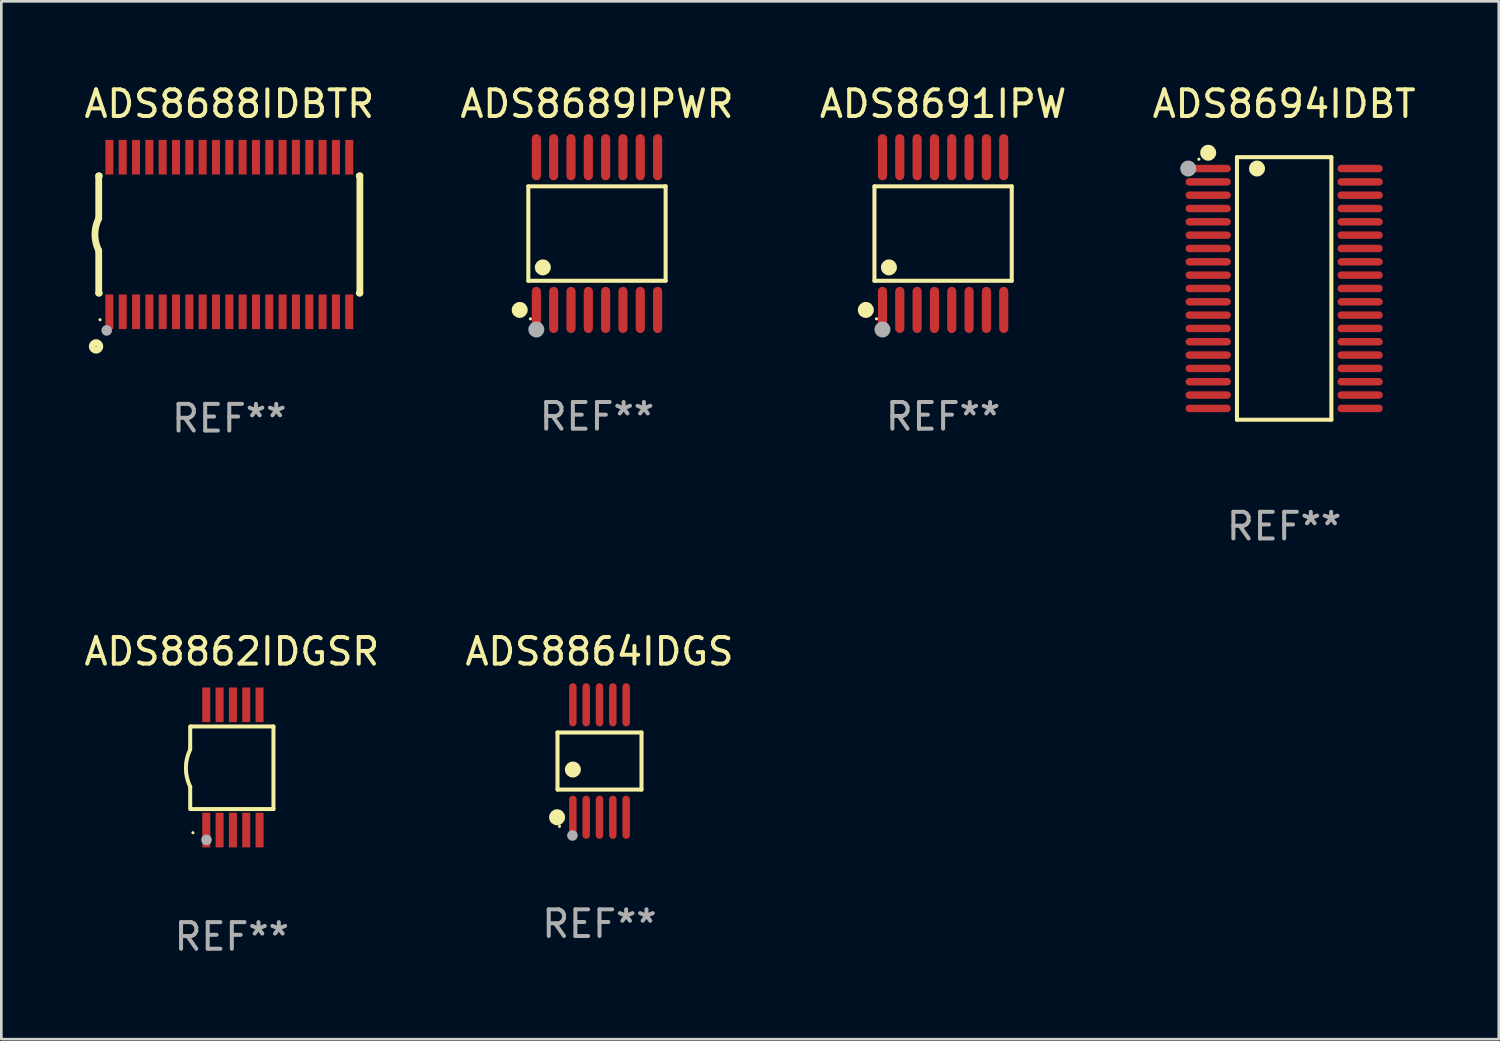
<source format=kicad_pcb>
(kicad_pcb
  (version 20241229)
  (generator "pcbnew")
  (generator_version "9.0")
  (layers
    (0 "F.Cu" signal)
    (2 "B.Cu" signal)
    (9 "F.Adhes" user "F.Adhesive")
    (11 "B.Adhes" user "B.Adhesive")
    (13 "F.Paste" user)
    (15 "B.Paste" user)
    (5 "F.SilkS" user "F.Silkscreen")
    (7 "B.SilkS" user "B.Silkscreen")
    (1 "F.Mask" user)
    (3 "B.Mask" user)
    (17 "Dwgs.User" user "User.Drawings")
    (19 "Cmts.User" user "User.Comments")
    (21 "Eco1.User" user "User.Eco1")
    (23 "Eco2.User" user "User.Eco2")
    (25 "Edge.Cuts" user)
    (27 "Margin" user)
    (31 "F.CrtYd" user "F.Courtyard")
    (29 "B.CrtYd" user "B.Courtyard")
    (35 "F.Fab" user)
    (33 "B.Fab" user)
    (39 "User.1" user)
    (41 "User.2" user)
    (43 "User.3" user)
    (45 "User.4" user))
  (footprint "ADS8862IDGSR"
    (layer "F.Cu")
    (at 5.649 25.747)
    (property "Reference" "ADS8862IDGSR" (at 0 -4.35 0) (layer "F.SilkS") (effects (font (size 1 1) (thickness 0.15))))
    (attr through_hole)
    (fp_line (start -1.562 -1.537) (end -1.562 -0.698) (stroke (width 0.15) (type solid)) (layer "F.SilkS"))
    (fp_line (start -1.562 0.724) (end -1.562 1.562) (stroke (width 0.15) (type solid)) (layer "F.SilkS"))
    (fp_line (start -1.538 -1.537) (end 1.562 -1.537) (stroke (width 0.15) (type solid)) (layer "F.SilkS"))
    (fp_line (start -1.538 1.562) (end 1.562 1.562) (stroke (width 0.15) (type solid)) (layer "F.SilkS"))
    (fp_line (start 1.562 1.564) (end 1.562 -1.537) (stroke (width 0.15) (type solid)) (layer "F.SilkS"))
    (fp_arc (start -1.562103 0.724079) (mid -1.723579 0.025578) (end -1.562103 -0.672924) (stroke (width 0.150013) (type solid)) (layer "F.SilkS"))
    (fp_circle (center -1.459 2.45) (end -1.429 2.45) (stroke (width 0.06) (type solid)) (fill no) (layer "F.SilkS"))
    (fp_circle (center -0.95 2.718) (end -0.85 2.718) (stroke (width 0.2) (type solid)) (fill no) (layer "F.Fab"))
    (fp_text user "REF**" (at 0 6.35 0) (layer "F.Fab") (effects (font (size 1 1) (thickness 0.15))))
    (pad "1" smd rect (at -0.959 2.35) (size 0.3 1.3) (layers "F.Cu" "F.Mask" "F.Paste"))
    (pad "2" smd rect (at -0.459 2.35) (size 0.3 1.3) (layers "F.Cu" "F.Mask" "F.Paste"))
    (pad "3" smd rect (at 0.04 2.35) (size 0.3 1.3) (layers "F.Cu" "F.Mask" "F.Paste"))
    (pad "4" smd rect (at 0.541 2.35) (size 0.3 1.3) (layers "F.Cu" "F.Mask" "F.Paste"))
    (pad "5" smd rect (at 1.041 2.35) (size 0.3 1.3) (layers "F.Cu" "F.Mask" "F.Paste"))
    (pad "6" smd rect (at 1.04 -2.35) (size 0.3 1.3) (layers "F.Cu" "F.Mask" "F.Paste"))
    (pad "7" smd rect (at 0.541 -2.35) (size 0.3 1.3) (layers "F.Cu" "F.Mask" "F.Paste"))
    (pad "8" smd rect (at 0.041 -2.35) (size 0.3 1.3) (layers "F.Cu" "F.Mask" "F.Paste"))
    (pad "9" smd rect (at -0.459 -2.35) (size 0.3 1.3) (layers "F.Cu" "F.Mask" "F.Paste"))
    (pad "10" smd rect (at -0.96 -2.35) (size 0.3 1.3) (layers "F.Cu" "F.Mask" "F.Paste")))
  (footprint "ADS8689IPWR"
    (layer "F.Cu")
    (at 19.351 5.714)
    (property "Reference" "ADS8689IPWR" (at 0 -4.866 0) (layer "F.SilkS") (effects (font (size 1 1) (thickness 0.15))))
    (attr through_hole)
    (fp_line (start -2.576 -1.772) (end 2.576 -1.772) (stroke (width 0.152) (type solid)) (layer "F.SilkS"))
    (fp_line (start -2.576 1.771) (end -2.576 -1.772) (stroke (width 0.152) (type solid)) (layer "F.SilkS"))
    (fp_line (start 2.576 -1.772) (end 2.576 1.771) (stroke (width 0.152) (type solid)) (layer "F.SilkS"))
    (fp_line (start 2.576 1.771) (end -2.576 1.771) (stroke (width 0.152) (type solid)) (layer "F.SilkS"))
    (fp_circle (center -2.899 2.866) (end -2.749 2.866) (stroke (width 0.3) (type solid)) (fill no) (layer "F.SilkS"))
    (fp_circle (center -2.5 3.2) (end -2.47 3.2) (stroke (width 0.06) (type solid)) (fill no) (layer "F.SilkS"))
    (fp_circle (center -2.032 1.27) (end -1.882 1.27) (stroke (width 0.3) (type solid)) (fill no) (layer "F.SilkS"))
    (fp_circle (center -2.275 3.6) (end -2.125 3.6) (stroke (width 0.3) (type solid)) (fill no) (layer "F.Fab"))
    (fp_text user "REF**" (at 0 6.866 0) (layer "F.Fab") (effects (font (size 1 1) (thickness 0.15))))
    (pad "1" smd oval (at -2.275 2.866) (size 0.343 1.731) (layers "F.Cu" "F.Mask" "F.Paste"))
    (pad "2" smd oval (at -1.625 2.866) (size 0.343 1.731) (layers "F.Cu" "F.Mask" "F.Paste"))
    (pad "3" smd oval (at -0.975 2.866) (size 0.343 1.731) (layers "F.Cu" "F.Mask" "F.Paste"))
    (pad "4" smd oval (at -0.325 2.866) (size 0.343 1.731) (layers "F.Cu" "F.Mask" "F.Paste"))
    (pad "5" smd oval (at 0.325 2.866) (size 0.343 1.731) (layers "F.Cu" "F.Mask" "F.Paste"))
    (pad "6" smd oval (at 0.975 2.866) (size 0.343 1.731) (layers "F.Cu" "F.Mask" "F.Paste"))
    (pad "7" smd oval (at 1.625 2.866) (size 0.343 1.731) (layers "F.Cu" "F.Mask" "F.Paste"))
    (pad "8" smd oval (at 2.275 2.866) (size 0.343 1.731) (layers "F.Cu" "F.Mask" "F.Paste"))
    (pad "9" smd oval (at 2.275 -2.866) (size 0.343 1.731) (layers "F.Cu" "F.Mask" "F.Paste"))
    (pad "10" smd oval (at 1.625 -2.866) (size 0.343 1.731) (layers "F.Cu" "F.Mask" "F.Paste"))
    (pad "11" smd oval (at 0.975 -2.866) (size 0.343 1.731) (layers "F.Cu" "F.Mask" "F.Paste"))
    (pad "12" smd oval (at 0.325 -2.866) (size 0.343 1.731) (layers "F.Cu" "F.Mask" "F.Paste"))
    (pad "13" smd oval (at -0.325 -2.866) (size 0.343 1.731) (layers "F.Cu" "F.Mask" "F.Paste"))
    (pad "14" smd oval (at -0.975 -2.866) (size 0.343 1.731) (layers "F.Cu" "F.Mask" "F.Paste"))
    (pad "15" smd oval (at -1.625 -2.866) (size 0.343 1.731) (layers "F.Cu" "F.Mask" "F.Paste"))
    (pad "16" smd oval (at -2.275 -2.866) (size 0.343 1.731) (layers "F.Cu" "F.Mask" "F.Paste")))
  (footprint "ADS8691IPW"
    (layer "F.Cu")
    (at 32.339 5.714)
    (property "Reference" "ADS8691IPW" (at 0 -4.866 0) (layer "F.SilkS") (effects (font (size 1 1) (thickness 0.15))))
    (attr through_hole)
    (fp_line (start -2.576 -1.772) (end 2.576 -1.772) (stroke (width 0.152) (type solid)) (layer "F.SilkS"))
    (fp_line (start -2.576 1.771) (end -2.576 -1.772) (stroke (width 0.152) (type solid)) (layer "F.SilkS"))
    (fp_line (start 2.576 -1.772) (end 2.576 1.771) (stroke (width 0.152) (type solid)) (layer "F.SilkS"))
    (fp_line (start 2.576 1.771) (end -2.576 1.771) (stroke (width 0.152) (type solid)) (layer "F.SilkS"))
    (fp_circle (center -2.899 2.866) (end -2.749 2.866) (stroke (width 0.3) (type solid)) (fill no) (layer "F.SilkS"))
    (fp_circle (center -2.5 3.2) (end -2.47 3.2) (stroke (width 0.06) (type solid)) (fill no) (layer "F.SilkS"))
    (fp_circle (center -2.032 1.27) (end -1.882 1.27) (stroke (width 0.3) (type solid)) (fill no) (layer "F.SilkS"))
    (fp_circle (center -2.275 3.6) (end -2.125 3.6) (stroke (width 0.3) (type solid)) (fill no) (layer "F.Fab"))
    (fp_text user "REF**" (at 0 6.866 0) (layer "F.Fab") (effects (font (size 1 1) (thickness 0.15))))
    (pad "1" smd oval (at -2.275 2.866) (size 0.343 1.731) (layers "F.Cu" "F.Mask" "F.Paste"))
    (pad "2" smd oval (at -1.625 2.866) (size 0.343 1.731) (layers "F.Cu" "F.Mask" "F.Paste"))
    (pad "3" smd oval (at -0.975 2.866) (size 0.343 1.731) (layers "F.Cu" "F.Mask" "F.Paste"))
    (pad "4" smd oval (at -0.325 2.866) (size 0.343 1.731) (layers "F.Cu" "F.Mask" "F.Paste"))
    (pad "5" smd oval (at 0.325 2.866) (size 0.343 1.731) (layers "F.Cu" "F.Mask" "F.Paste"))
    (pad "6" smd oval (at 0.975 2.866) (size 0.343 1.731) (layers "F.Cu" "F.Mask" "F.Paste"))
    (pad "7" smd oval (at 1.625 2.866) (size 0.343 1.731) (layers "F.Cu" "F.Mask" "F.Paste"))
    (pad "8" smd oval (at 2.275 2.866) (size 0.343 1.731) (layers "F.Cu" "F.Mask" "F.Paste"))
    (pad "9" smd oval (at 2.275 -2.866) (size 0.343 1.731) (layers "F.Cu" "F.Mask" "F.Paste"))
    (pad "10" smd oval (at 1.625 -2.866) (size 0.343 1.731) (layers "F.Cu" "F.Mask" "F.Paste"))
    (pad "11" smd oval (at 0.975 -2.866) (size 0.343 1.731) (layers "F.Cu" "F.Mask" "F.Paste"))
    (pad "12" smd oval (at 0.325 -2.866) (size 0.343 1.731) (layers "F.Cu" "F.Mask" "F.Paste"))
    (pad "13" smd oval (at -0.325 -2.866) (size 0.343 1.731) (layers "F.Cu" "F.Mask" "F.Paste"))
    (pad "14" smd oval (at -0.975 -2.866) (size 0.343 1.731) (layers "F.Cu" "F.Mask" "F.Paste"))
    (pad "15" smd oval (at -1.625 -2.866) (size 0.343 1.731) (layers "F.Cu" "F.Mask" "F.Paste"))
    (pad "16" smd oval (at -2.275 -2.866) (size 0.343 1.731) (layers "F.Cu" "F.Mask" "F.Paste")))
  (footprint "ADS8688IDBTR"
    (layer "F.Cu")
    (at 5.554 5.749)
    (property "Reference" "ADS8688IDBTR" (at 0 -4.901 0) (layer "F.SilkS") (effects (font (size 1 1) (thickness 0.15))))
    (attr through_hole)
    (fp_line (start -4.9 -2.2) (end -4.9 -0.6) (stroke (width 0.254) (type solid)) (layer "F.SilkS"))
    (fp_line (start -4.9 -2.2) (end -4.876 -2.2) (stroke (width 0.254) (type solid)) (layer "F.SilkS"))
    (fp_line (start -4.9 2.2) (end -4.9 0.6) (stroke (width 0.254) (type solid)) (layer "F.SilkS"))
    (fp_line (start -4.9 2.2) (end -4.877 2.2) (stroke (width 0.254) (type solid)) (layer "F.SilkS"))
    (fp_line (start 4.876 -2.2) (end 4.9 -2.2) (stroke (width 0.254) (type solid)) (layer "F.SilkS"))
    (fp_line (start 4.877 2.2) (end 4.9 2.2) (stroke (width 0.254) (type solid)) (layer "F.SilkS"))
    (fp_line (start 4.9 -2.2) (end 4.9 2.2) (stroke (width 0.254) (type solid)) (layer "F.SilkS"))
    (fp_arc (start -4.900051 0.599822) (mid -5.041652 -0.000095) (end -4.9 -0.6) (stroke (width 0.254001) (type solid)) (layer "F.SilkS"))
    (fp_circle (center -5 4.2) (end -4.857 4.2) (stroke (width 0.254) (type solid)) (fill no) (layer "F.SilkS"))
    (fp_circle (center -4.85 3.2) (end -4.82 3.2) (stroke (width 0.06) (type solid)) (fill no) (layer "F.SilkS"))
    (fp_circle (center -4.6 3.6) (end -4.5 3.6) (stroke (width 0.2) (type solid)) (fill no) (layer "F.Fab"))
    (fp_text user "REF**" (at 0 6.901 0) (layer "F.Fab") (effects (font (size 1 1) (thickness 0.15))))
    (pad "1" smd rect (at -4.501 2.899 90) (size 1.3 0.3) (layers "F.Cu" "F.Mask" "F.Paste"))
    (pad "2" smd rect (at -3.999 2.901 90) (size 1.3 0.3) (layers "F.Cu" "F.Mask" "F.Paste"))
    (pad "3" smd rect (at -3.498 2.901 90) (size 1.3 0.3) (layers "F.Cu" "F.Mask" "F.Paste"))
    (pad "4" smd rect (at -2.999 2.901 90) (size 1.3 0.3) (layers "F.Cu" "F.Mask" "F.Paste"))
    (pad "5" smd rect (at -2.499 2.901 90) (size 1.3 0.3) (layers "F.Cu" "F.Mask" "F.Paste"))
    (pad "6" smd rect (at -1.999 2.901 90) (size 1.3 0.3) (layers "F.Cu" "F.Mask" "F.Paste"))
    (pad "7" smd rect (at -1.499 2.901 90) (size 1.3 0.3) (layers "F.Cu" "F.Mask" "F.Paste"))
    (pad "8" smd rect (at -0.999 2.901 90) (size 1.3 0.3) (layers "F.Cu" "F.Mask" "F.Paste"))
    (pad "9" smd rect (at -0.499 2.901 90) (size 1.3 0.3) (layers "F.Cu" "F.Mask" "F.Paste"))
    (pad "10" smd rect (at 0.001 2.901 90) (size 1.3 0.3) (layers "F.Cu" "F.Mask" "F.Paste"))
    (pad "11" smd rect (at 0.501 2.901 90) (size 1.3 0.3) (layers "F.Cu" "F.Mask" "F.Paste"))
    (pad "12" smd rect (at 1.001 2.901 90) (size 1.3 0.3) (layers "F.Cu" "F.Mask" "F.Paste"))
    (pad "13" smd rect (at 1.501 2.901 90) (size 1.3 0.3) (layers "F.Cu" "F.Mask" "F.Paste"))
    (pad "14" smd rect (at 2.001 2.901 90) (size 1.3 0.3) (layers "F.Cu" "F.Mask" "F.Paste"))
    (pad "15" smd rect (at 2.501 2.901 90) (size 1.3 0.3) (layers "F.Cu" "F.Mask" "F.Paste"))
    (pad "16" smd rect (at 3.001 2.901 90) (size 1.3 0.3) (layers "F.Cu" "F.Mask" "F.Paste"))
    (pad "17" smd rect (at 3.501 2.901 90) (size 1.3 0.3) (layers "F.Cu" "F.Mask" "F.Paste"))
    (pad "18" smd rect (at 4.001 2.901 90) (size 1.3 0.3) (layers "F.Cu" "F.Mask" "F.Paste"))
    (pad "19" smd rect (at 4.501 2.901 90) (size 1.3 0.3) (layers "F.Cu" "F.Mask" "F.Paste"))
    (pad "20" smd rect (at 4.501 -2.899 90) (size 1.3 0.3) (layers "F.Cu" "F.Mask" "F.Paste"))
    (pad "21" smd rect (at 4.001 -2.9 90) (size 1.3 0.3) (layers "F.Cu" "F.Mask" "F.Paste"))
    (pad "22" smd rect (at 3.501 -2.899 90) (size 1.3 0.3) (layers "F.Cu" "F.Mask" "F.Paste"))
    (pad "23" smd rect (at 3.002 -2.899 90) (size 1.3 0.3) (layers "F.Cu" "F.Mask" "F.Paste"))
    (pad "24" smd rect (at 2.499 -2.901 90) (size 1.3 0.3) (layers "F.Cu" "F.Mask" "F.Paste"))
    (pad "25" smd rect (at 2 -2.9 90) (size 1.3 0.3) (layers "F.Cu" "F.Mask" "F.Paste"))
    (pad "26" smd rect (at 1.5 -2.9 90) (size 1.3 0.3) (layers "F.Cu" "F.Mask" "F.Paste"))
    (pad "27" smd rect (at 1 -2.9 90) (size 1.3 0.3) (layers "F.Cu" "F.Mask" "F.Paste"))
    (pad "28" smd rect (at 0.5 -2.9 90) (size 1.3 0.3) (layers "F.Cu" "F.Mask" "F.Paste"))
    (pad "29" smd rect (at 0.000127 -2.9 90) (size 1.3 0.3) (layers "F.Cu" "F.Mask" "F.Paste"))
    (pad "30" smd rect (at -0.5 -2.9 90) (size 1.3 0.3) (layers "F.Cu" "F.Mask" "F.Paste"))
    (pad "31" smd rect (at -1 -2.9 90) (size 1.3 0.3) (layers "F.Cu" "F.Mask" "F.Paste"))
    (pad "32" smd rect (at -1.5 -2.9 90) (size 1.3 0.3) (layers "F.Cu" "F.Mask" "F.Paste"))
    (pad "33" smd rect (at -2 -2.9 90) (size 1.3 0.3) (layers "F.Cu" "F.Mask" "F.Paste"))
    (pad "34" smd rect (at -2.5 -2.9 90) (size 1.3 0.3) (layers "F.Cu" "F.Mask" "F.Paste"))
    (pad "35" smd rect (at -3 -2.9 90) (size 1.3 0.3) (layers "F.Cu" "F.Mask" "F.Paste"))
    (pad "36" smd rect (at -3.5 -2.9 90) (size 1.3 0.3) (layers "F.Cu" "F.Mask" "F.Paste"))
    (pad "37" smd rect (at -4 -2.9 90) (size 1.3 0.3) (layers "F.Cu" "F.Mask" "F.Paste"))
    (pad "38" smd rect (at -4.5 -2.9 90) (size 1.3 0.3) (layers "F.Cu" "F.Mask" "F.Paste")))
  (footprint "ADS8694IDBT"
    (layer "F.Cu")
    (at 45.137 7.774)
    (property "Reference" "ADS8694IDBT" (at 0 -6.926 0) (layer "F.SilkS") (effects (font (size 1 1) (thickness 0.15))))
    (attr through_hole)
    (fp_line (start -1.771 -4.926) (end 1.772 -4.926) (stroke (width 0.152) (type solid)) (layer "F.SilkS"))
    (fp_line (start -1.771 4.926) (end -1.771 -4.926) (stroke (width 0.152) (type solid)) (layer "F.SilkS"))
    (fp_line (start 1.772 -4.926) (end 1.772 4.926) (stroke (width 0.152) (type solid)) (layer "F.SilkS"))
    (fp_line (start 1.772 4.926) (end -1.771 4.926) (stroke (width 0.152) (type solid)) (layer "F.SilkS"))
    (fp_circle (center -3.2 -4.85) (end -3.17 -4.85) (stroke (width 0.06) (type solid)) (fill no) (layer "F.SilkS"))
    (fp_circle (center -2.85 -5.092) (end -2.7 -5.092) (stroke (width 0.3) (type solid)) (fill no) (layer "F.SilkS"))
    (fp_circle (center -1.019 -4.5) (end -0.869 -4.5) (stroke (width 0.3) (type solid)) (fill no) (layer "F.SilkS"))
    (fp_circle (center -3.6 -4.5) (end -3.45 -4.5) (stroke (width 0.3) (type solid)) (fill no) (layer "F.Fab"))
    (fp_text user "REF**" (at 0 8.926 0) (layer "F.Fab") (effects (font (size 1 1) (thickness 0.15))))
    (pad "1" smd oval (at -2.85 -4.5 270) (size 0.28 1.7) (layers "F.Cu" "F.Mask" "F.Paste"))
    (pad "2" smd oval (at -2.85 -4 270) (size 0.28 1.7) (layers "F.Cu" "F.Mask" "F.Paste"))
    (pad "3" smd oval (at -2.85 -3.5 270) (size 0.28 1.7) (layers "F.Cu" "F.Mask" "F.Paste"))
    (pad "4" smd oval (at -2.85 -3 270) (size 0.28 1.7) (layers "F.Cu" "F.Mask" "F.Paste"))
    (pad "5" smd oval (at -2.85 -2.5 270) (size 0.28 1.7) (layers "F.Cu" "F.Mask" "F.Paste"))
    (pad "6" smd oval (at -2.85 -2 270) (size 0.28 1.7) (layers "F.Cu" "F.Mask" "F.Paste"))
    (pad "7" smd oval (at -2.85 -1.5 270) (size 0.28 1.7) (layers "F.Cu" "F.Mask" "F.Paste"))
    (pad "8" smd oval (at -2.85 -1 270) (size 0.28 1.7) (layers "F.Cu" "F.Mask" "F.Paste"))
    (pad "9" smd oval (at -2.85 -0.5 270) (size 0.28 1.7) (layers "F.Cu" "F.Mask" "F.Paste"))
    (pad "10" smd oval (at -2.85 0.000051 270) (size 0.28 1.7) (layers "F.Cu" "F.Mask" "F.Paste"))
    (pad "11" smd oval (at -2.85 0.5 270) (size 0.28 1.7) (layers "F.Cu" "F.Mask" "F.Paste"))
    (pad "12" smd oval (at -2.85 1 270) (size 0.28 1.7) (layers "F.Cu" "F.Mask" "F.Paste"))
    (pad "13" smd oval (at -2.85 1.5 270) (size 0.28 1.7) (layers "F.Cu" "F.Mask" "F.Paste"))
    (pad "14" smd oval (at -2.85 2 270) (size 0.28 1.7) (layers "F.Cu" "F.Mask" "F.Paste"))
    (pad "15" smd oval (at -2.85 2.5 270) (size 0.28 1.7) (layers "F.Cu" "F.Mask" "F.Paste"))
    (pad "16" smd oval (at -2.85 3 270) (size 0.28 1.7) (layers "F.Cu" "F.Mask" "F.Paste"))
    (pad "17" smd oval (at -2.85 3.5 270) (size 0.28 1.7) (layers "F.Cu" "F.Mask" "F.Paste"))
    (pad "18" smd oval (at -2.85 4 270) (size 0.28 1.7) (layers "F.Cu" "F.Mask" "F.Paste"))
    (pad "19" smd oval (at -2.85 4.5 270) (size 0.28 1.7) (layers "F.Cu" "F.Mask" "F.Paste"))
    (pad "20" smd oval (at 2.85 4.5 270) (size 0.28 1.7) (layers "F.Cu" "F.Mask" "F.Paste"))
    (pad "21" smd oval (at 2.85 4 270) (size 0.28 1.7) (layers "F.Cu" "F.Mask" "F.Paste"))
    (pad "22" smd oval (at 2.85 3.5 270) (size 0.28 1.7) (layers "F.Cu" "F.Mask" "F.Paste"))
    (pad "23" smd oval (at 2.85 3 270) (size 0.28 1.7) (layers "F.Cu" "F.Mask" "F.Paste"))
    (pad "24" smd oval (at 2.85 2.5 270) (size 0.28 1.7) (layers "F.Cu" "F.Mask" "F.Paste"))
    (pad "25" smd oval (at 2.85 2 270) (size 0.28 1.7) (layers "F.Cu" "F.Mask" "F.Paste"))
    (pad "26" smd oval (at 2.85 1.5 270) (size 0.28 1.7) (layers "F.Cu" "F.Mask" "F.Paste"))
    (pad "27" smd oval (at 2.85 1 270) (size 0.28 1.7) (layers "F.Cu" "F.Mask" "F.Paste"))
    (pad "28" smd oval (at 2.85 0.5 270) (size 0.28 1.7) (layers "F.Cu" "F.Mask" "F.Paste"))
    (pad "29" smd oval (at 2.85 0.000051 270) (size 0.28 1.7) (layers "F.Cu" "F.Mask" "F.Paste"))
    (pad "30" smd oval (at 2.85 -0.5 270) (size 0.28 1.7) (layers "F.Cu" "F.Mask" "F.Paste"))
    (pad "31" smd oval (at 2.85 -1 270) (size 0.28 1.7) (layers "F.Cu" "F.Mask" "F.Paste"))
    (pad "32" smd oval (at 2.85 -1.5 270) (size 0.28 1.7) (layers "F.Cu" "F.Mask" "F.Paste"))
    (pad "33" smd oval (at 2.85 -2 270) (size 0.28 1.7) (layers "F.Cu" "F.Mask" "F.Paste"))
    (pad "34" smd oval (at 2.85 -2.5 270) (size 0.28 1.7) (layers "F.Cu" "F.Mask" "F.Paste"))
    (pad "35" smd oval (at 2.85 -3 270) (size 0.28 1.7) (layers "F.Cu" "F.Mask" "F.Paste"))
    (pad "36" smd oval (at 2.85 -3.5 270) (size 0.28 1.7) (layers "F.Cu" "F.Mask" "F.Paste"))
    (pad "37" smd oval (at 2.85 -4 270) (size 0.28 1.7) (layers "F.Cu" "F.Mask" "F.Paste"))
    (pad "38" smd oval (at 2.85 -4.5 270) (size 0.28 1.7) (layers "F.Cu" "F.Mask" "F.Paste")))
  (footprint "ADS8864IDGS"
    (layer "F.Cu")
    (at 19.446 25.507)
    (property "Reference" "ADS8864IDGS" (at 0 -4.11 0) (layer "F.SilkS") (effects (font (size 1 1) (thickness 0.15))))
    (attr through_hole)
    (fp_line (start -1.576 -1.071) (end 1.576 -1.071) (stroke (width 0.152) (type solid)) (layer "F.SilkS"))
    (fp_line (start -1.576 1.071) (end -1.576 -1.071) (stroke (width 0.152) (type solid)) (layer "F.SilkS"))
    (fp_line (start 1.576 -1.071) (end 1.576 1.071) (stroke (width 0.152) (type solid)) (layer "F.SilkS"))
    (fp_line (start 1.576 1.071) (end -1.576 1.071) (stroke (width 0.152) (type solid)) (layer "F.SilkS"))
    (fp_circle (center -1.592 2.11) (end -1.442 2.11) (stroke (width 0.3) (type solid)) (fill no) (layer "F.SilkS"))
    (fp_circle (center -1.5 2.45) (end -1.47 2.45) (stroke (width 0.06) (type solid)) (fill no) (layer "F.SilkS"))
    (fp_circle (center -1 0.319) (end -0.85 0.319) (stroke (width 0.3) (type solid)) (fill no) (layer "F.SilkS"))
    (fp_circle (center -1.016 2.794) (end -0.916 2.794) (stroke (width 0.2) (type solid)) (fill no) (layer "F.Fab"))
    (fp_text user "REF**" (at 0 6.11 0) (layer "F.Fab") (effects (font (size 1 1) (thickness 0.15))))
    (pad "1" smd oval (at -1 2.11) (size 0.28 1.62) (layers "F.Cu" "F.Mask" "F.Paste"))
    (pad "2" smd oval (at -0.5 2.11) (size 0.28 1.62) (layers "F.Cu" "F.Mask" "F.Paste"))
    (pad "3" smd oval (at 0 2.11) (size 0.28 1.62) (layers "F.Cu" "F.Mask" "F.Paste"))
    (pad "4" smd oval (at 0.5 2.11) (size 0.28 1.62) (layers "F.Cu" "F.Mask" "F.Paste"))
    (pad "5" smd oval (at 1 2.11) (size 0.28 1.62) (layers "F.Cu" "F.Mask" "F.Paste"))
    (pad "6" smd oval (at 1 -2.11) (size 0.28 1.62) (layers "F.Cu" "F.Mask" "F.Paste"))
    (pad "7" smd oval (at 0.5 -2.11) (size 0.28 1.62) (layers "F.Cu" "F.Mask" "F.Paste"))
    (pad "8" smd oval (at 0 -2.11) (size 0.28 1.62) (layers "F.Cu" "F.Mask" "F.Paste"))
    (pad "9" smd oval (at -0.5 -2.11) (size 0.28 1.62) (layers "F.Cu" "F.Mask" "F.Paste"))
    (pad "10" smd oval (at -1 -2.11) (size 0.28 1.62) (layers "F.Cu" "F.Mask" "F.Paste")))
  (gr_rect
    (start -3 -3)
    (end 53.19 35.945)
    (stroke (width 0.1) (type default))
    (fill no)
    (layer "Edge.Cuts")))
</source>
